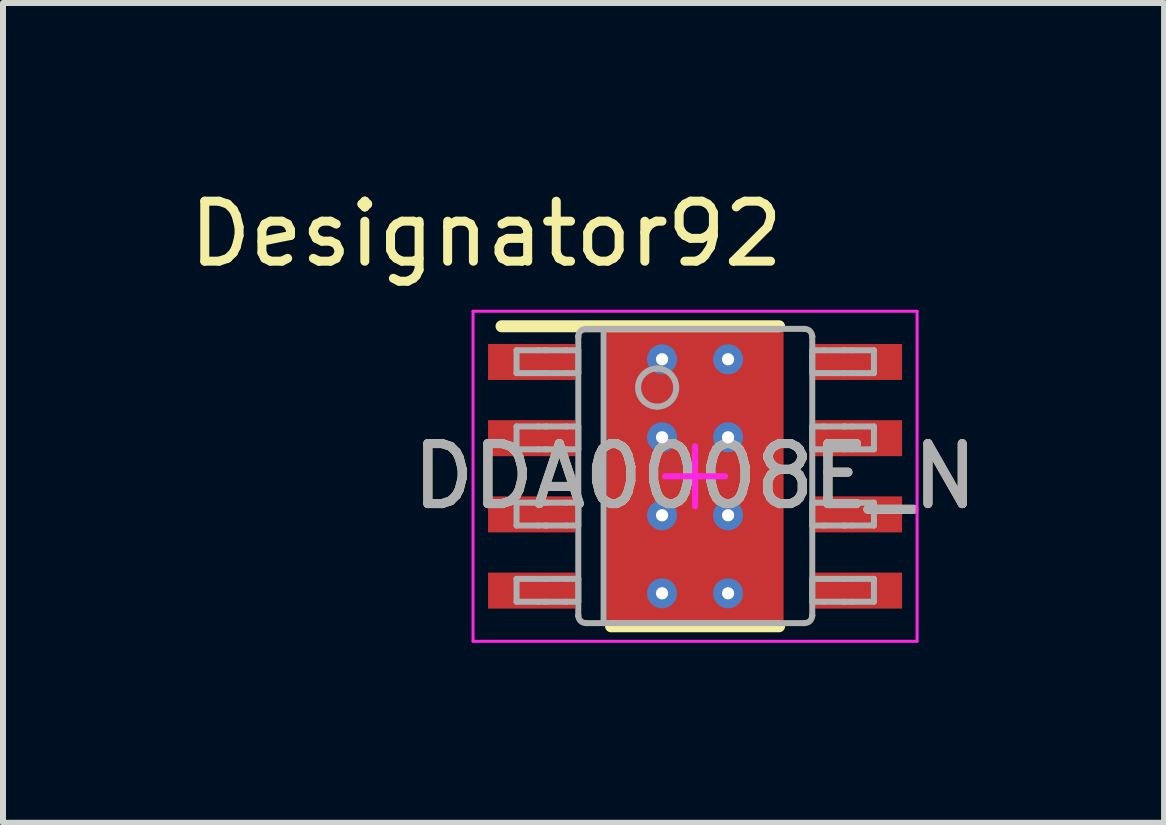
<source format=kicad_pcb>
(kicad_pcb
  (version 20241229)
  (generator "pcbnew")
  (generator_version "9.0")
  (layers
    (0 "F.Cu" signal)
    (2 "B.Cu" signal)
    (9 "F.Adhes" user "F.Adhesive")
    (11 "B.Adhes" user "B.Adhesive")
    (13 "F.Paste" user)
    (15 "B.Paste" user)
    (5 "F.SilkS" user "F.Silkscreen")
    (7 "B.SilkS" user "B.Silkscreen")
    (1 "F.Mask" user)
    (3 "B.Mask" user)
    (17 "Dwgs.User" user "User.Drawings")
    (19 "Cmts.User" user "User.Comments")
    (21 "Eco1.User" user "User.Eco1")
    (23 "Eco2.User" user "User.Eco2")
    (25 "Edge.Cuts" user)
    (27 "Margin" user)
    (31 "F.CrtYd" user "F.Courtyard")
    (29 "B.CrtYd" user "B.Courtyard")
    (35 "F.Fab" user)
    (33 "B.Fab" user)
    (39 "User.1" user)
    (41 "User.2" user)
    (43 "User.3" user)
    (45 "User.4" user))
  (footprint "DDA0008E_N"
    (layer "F.Cu")
    (at 8.533 4.887)
    (property "Reference" "DDA0008E_N" (at 0 0 0) (unlocked yes) (layer "F.SilkS") (effects (font (size 1 1) (thickness 0.15))))
    (attr smd)
    (fp_poly (pts (xy -1.2 1.502) (xy -1.2 -1.502) (xy -1.199 -1.511) (xy -1.196 -1.52) (xy -1.192 -1.529) (xy -1.186 -1.536) (xy -1.179 -1.542) (xy -1.17 -1.546) (xy -1.161 -1.549) (xy -1.152 -1.55) (xy 1.152 -1.55) (xy 1.161 -1.549) (xy 1.17 -1.546) (xy 1.179 -1.542) (xy 1.186 -1.536) (xy 1.192 -1.529) (xy 1.196 -1.52) (xy 1.199 -1.511) (xy 1.2 -1.502) (xy 1.2 1.502) (xy 1.199 1.511) (xy 1.196 1.52) (xy 1.192 1.529) (xy 1.186 1.536) (xy 1.179 1.542) (xy 1.17 1.546) (xy 1.161 1.549) (xy 1.152 1.55) (xy -1.152 1.55) (xy -1.161 1.549) (xy -1.17 1.546) (xy -1.179 1.542) (xy -1.186 1.536) (xy -1.192 1.529) (xy -1.196 1.52) (xy -1.199 1.511)) (stroke (width 0) (type solid)) (fill yes) (layer "F.Mask"))
    (fp_line (start -3.225 -2.5) (end 1.4 -2.5) (stroke (width 0.2) (type solid)) (layer "F.SilkS"))
    (fp_line (start -1.4 2.5) (end 1.4 2.5) (stroke (width 0.2) (type solid)) (layer "F.SilkS"))
    (fp_poly (pts (xy -1.2 1.502) (xy -1.2 -1.502) (xy -1.199 -1.511) (xy -1.196 -1.52) (xy -1.192 -1.529) (xy -1.186 -1.536) (xy -1.179 -1.542) (xy -1.17 -1.546) (xy -1.161 -1.549) (xy -1.152 -1.55) (xy 1.152 -1.55) (xy 1.161 -1.549) (xy 1.17 -1.546) (xy 1.179 -1.542) (xy 1.186 -1.536) (xy 1.192 -1.529) (xy 1.196 -1.52) (xy 1.199 -1.511) (xy 1.2 -1.502) (xy 1.2 1.502) (xy 1.199 1.511) (xy 1.196 1.52) (xy 1.192 1.529) (xy 1.186 1.536) (xy 1.179 1.542) (xy 1.17 1.546) (xy 1.161 1.549) (xy 1.152 1.55) (xy -1.152 1.55) (xy -1.161 1.549) (xy -1.17 1.546) (xy -1.179 1.542) (xy -1.186 1.536) (xy -1.192 1.529) (xy -1.196 1.52) (xy -1.199 1.511)) (stroke (width 0) (type solid)) (fill yes) (layer "F.Paste"))
    (fp_line (start -3.7 -2.75) (end 3.7 -2.75) (stroke (width 0.05) (type solid)) (layer "F.CrtYd"))
    (fp_line (start -3.7 2.75) (end -3.7 -2.75) (stroke (width 0.05) (type solid)) (layer "F.CrtYd"))
    (fp_line (start -3.7 2.75) (end 3.7 2.75) (stroke (width 0.05) (type solid)) (layer "F.CrtYd"))
    (fp_line (start -0.5 0) (end 0.5 0) (stroke (width 0.1) (type solid)) (layer "F.CrtYd"))
    (fp_line (start 0 0.5) (end 0 -0.5) (stroke (width 0.1) (type solid)) (layer "F.CrtYd"))
    (fp_line (start 3.7 2.75) (end 3.7 -2.75) (stroke (width 0.05) (type solid)) (layer "F.CrtYd"))
    (fp_line (start -2.975 -2.1) (end -2.614 -2.1) (stroke (width 0.1) (type solid)) (layer "F.Fab"))
    (fp_line (start -2.975 -1.719) (end -2.975 -2.1) (stroke (width 0.1) (type solid)) (layer "F.Fab"))
    (fp_line (start -2.975 -1.719) (end -2.614 -1.719) (stroke (width 0.1) (type solid)) (layer "F.Fab"))
    (fp_line (start -2.975 -0.83) (end -2.614 -0.83) (stroke (width 0.1) (type solid)) (layer "F.Fab"))
    (fp_line (start -2.975 -0.449) (end -2.975 -0.83) (stroke (width 0.1) (type solid)) (layer "F.Fab"))
    (fp_line (start -2.975 -0.449) (end -2.614 -0.449) (stroke (width 0.1) (type solid)) (layer "F.Fab"))
    (fp_line (start -2.975 0.44) (end -2.614 0.44) (stroke (width 0.1) (type solid)) (layer "F.Fab"))
    (fp_line (start -2.975 0.821) (end -2.975 0.44) (stroke (width 0.1) (type solid)) (layer "F.Fab"))
    (fp_line (start -2.975 0.821) (end -2.614 0.821) (stroke (width 0.1) (type solid)) (layer "F.Fab"))
    (fp_line (start -2.975 1.71) (end -2.614 1.71) (stroke (width 0.1) (type solid)) (layer "F.Fab"))
    (fp_line (start -2.975 2.091) (end -2.975 1.71) (stroke (width 0.1) (type solid)) (layer "F.Fab"))
    (fp_line (start -2.975 2.091) (end -2.614 2.091) (stroke (width 0.1) (type solid)) (layer "F.Fab"))
    (fp_line (start -2.614 -2.1) (end -2.497 -2.1) (stroke (width 0.1) (type solid)) (layer "F.Fab"))
    (fp_line (start -2.614 -1.719) (end -2.497 -1.719) (stroke (width 0.1) (type solid)) (layer "F.Fab"))
    (fp_line (start -2.614 -0.83) (end -2.497 -0.83) (stroke (width 0.1) (type solid)) (layer "F.Fab"))
    (fp_line (start -2.614 -0.449) (end -2.497 -0.449) (stroke (width 0.1) (type solid)) (layer "F.Fab"))
    (fp_line (start -2.614 0.44) (end -2.497 0.44) (stroke (width 0.1) (type solid)) (layer "F.Fab"))
    (fp_line (start -2.614 0.821) (end -2.497 0.821) (stroke (width 0.1) (type solid)) (layer "F.Fab"))
    (fp_line (start -2.614 1.71) (end -2.497 1.71) (stroke (width 0.1) (type solid)) (layer "F.Fab"))
    (fp_line (start -2.614 2.091) (end -2.497 2.091) (stroke (width 0.1) (type solid)) (layer "F.Fab"))
    (fp_line (start -2.497 -2.1) (end -2.473 -2.1) (stroke (width 0.1) (type solid)) (layer "F.Fab"))
    (fp_line (start -2.497 -1.719) (end -2.473 -1.719) (stroke (width 0.1) (type solid)) (layer "F.Fab"))
    (fp_line (start -2.497 -0.83) (end -2.473 -0.83) (stroke (width 0.1) (type solid)) (layer "F.Fab"))
    (fp_line (start -2.497 -0.449) (end -2.473 -0.449) (stroke (width 0.1) (type solid)) (layer "F.Fab"))
    (fp_line (start -2.497 0.44) (end -2.473 0.44) (stroke (width 0.1) (type solid)) (layer "F.Fab"))
    (fp_line (start -2.497 0.821) (end -2.473 0.821) (stroke (width 0.1) (type solid)) (layer "F.Fab"))
    (fp_line (start -2.497 1.71) (end -2.473 1.71) (stroke (width 0.1) (type solid)) (layer "F.Fab"))
    (fp_line (start -2.497 2.091) (end -2.473 2.091) (stroke (width 0.1) (type solid)) (layer "F.Fab"))
    (fp_line (start -2.473 -2.1) (end -2.144 -2.1) (stroke (width 0.1) (type solid)) (layer "F.Fab"))
    (fp_line (start -2.473 -1.719) (end -2.144 -1.719) (stroke (width 0.1) (type solid)) (layer "F.Fab"))
    (fp_line (start -2.473 -0.83) (end -2.144 -0.83) (stroke (width 0.1) (type solid)) (layer "F.Fab"))
    (fp_line (start -2.473 -0.449) (end -2.144 -0.449) (stroke (width 0.1) (type solid)) (layer "F.Fab"))
    (fp_line (start -2.473 0.44) (end -2.144 0.44) (stroke (width 0.1) (type solid)) (layer "F.Fab"))
    (fp_line (start -2.473 0.821) (end -2.144 0.821) (stroke (width 0.1) (type solid)) (layer "F.Fab"))
    (fp_line (start -2.473 1.71) (end -2.144 1.71) (stroke (width 0.1) (type solid)) (layer "F.Fab"))
    (fp_line (start -2.473 2.091) (end -2.144 2.091) (stroke (width 0.1) (type solid)) (layer "F.Fab"))
    (fp_line (start -2.144 -2.1) (end -1.946 -2.1) (stroke (width 0.1) (type solid)) (layer "F.Fab"))
    (fp_line (start -2.144 -1.719) (end -1.946 -1.719) (stroke (width 0.1) (type solid)) (layer "F.Fab"))
    (fp_line (start -2.144 -0.83) (end -1.946 -0.83) (stroke (width 0.1) (type solid)) (layer "F.Fab"))
    (fp_line (start -2.144 -0.449) (end -1.946 -0.449) (stroke (width 0.1) (type solid)) (layer "F.Fab"))
    (fp_line (start -2.144 0.44) (end -1.946 0.44) (stroke (width 0.1) (type solid)) (layer "F.Fab"))
    (fp_line (start -2.144 0.821) (end -1.946 0.821) (stroke (width 0.1) (type solid)) (layer "F.Fab"))
    (fp_line (start -2.144 1.71) (end -1.946 1.71) (stroke (width 0.1) (type solid)) (layer "F.Fab"))
    (fp_line (start -2.144 2.091) (end -1.946 2.091) (stroke (width 0.1) (type solid)) (layer "F.Fab"))
    (fp_line (start -1.946 -2.329) (end -1.946 -2.33) (stroke (width 0.1) (type solid)) (layer "F.Fab"))
    (fp_line (start -1.946 -1.719) (end -1.946 -2.1) (stroke (width 0.1) (type solid)) (layer "F.Fab"))
    (fp_line (start -1.946 -0.449) (end -1.946 -0.83) (stroke (width 0.1) (type solid)) (layer "F.Fab"))
    (fp_line (start -1.946 0.821) (end -1.946 0.44) (stroke (width 0.1) (type solid)) (layer "F.Fab"))
    (fp_line (start -1.946 2.091) (end -1.946 1.71) (stroke (width 0.1) (type solid)) (layer "F.Fab"))
    (fp_line (start -1.946 2.32) (end -1.946 -2.329) (stroke (width 0.1) (type solid)) (layer "F.Fab"))
    (fp_line (start -1.946 2.32) (end -1.946 2.321) (stroke (width 0.1) (type solid)) (layer "F.Fab"))
    (fp_line (start -1.82 -2.456) (end -1.819 -2.456) (stroke (width 0.1) (type solid)) (layer "F.Fab"))
    (fp_line (start -1.82 2.447) (end -1.819 2.447) (stroke (width 0.1) (type solid)) (layer "F.Fab"))
    (fp_line (start -1.819 -2.456) (end 1.826 -2.456) (stroke (width 0.1) (type solid)) (layer "F.Fab"))
    (fp_line (start -1.819 2.447) (end 1.826 2.447) (stroke (width 0.1) (type solid)) (layer "F.Fab"))
    (fp_line (start -1.524 2.447) (end -1.524 -2.456) (stroke (width 0.1) (type solid)) (layer "F.Fab"))
    (fp_line (start 1.826 -2.456) (end 1.827 -2.456) (stroke (width 0.1) (type solid)) (layer "F.Fab"))
    (fp_line (start 1.826 2.447) (end 1.827 2.447) (stroke (width 0.1) (type solid)) (layer "F.Fab"))
    (fp_line (start 1.953 -2.329) (end 1.953 -2.33) (stroke (width 0.1) (type solid)) (layer "F.Fab"))
    (fp_line (start 1.953 -2.1) (end 2.15 -2.1) (stroke (width 0.1) (type solid)) (layer "F.Fab"))
    (fp_line (start 1.953 -1.719) (end 1.953 -2.1) (stroke (width 0.1) (type solid)) (layer "F.Fab"))
    (fp_line (start 1.953 -1.719) (end 2.15 -1.719) (stroke (width 0.1) (type solid)) (layer "F.Fab"))
    (fp_line (start 1.953 -0.83) (end 2.15 -0.83) (stroke (width 0.1) (type solid)) (layer "F.Fab"))
    (fp_line (start 1.953 -0.449) (end 1.953 -0.83) (stroke (width 0.1) (type solid)) (layer "F.Fab"))
    (fp_line (start 1.953 -0.449) (end 2.15 -0.449) (stroke (width 0.1) (type solid)) (layer "F.Fab"))
    (fp_line (start 1.953 0.44) (end 2.15 0.44) (stroke (width 0.1) (type solid)) (layer "F.Fab"))
    (fp_line (start 1.953 0.821) (end 1.953 0.44) (stroke (width 0.1) (type solid)) (layer "F.Fab"))
    (fp_line (start 1.953 0.821) (end 2.15 0.821) (stroke (width 0.1) (type solid)) (layer "F.Fab"))
    (fp_line (start 1.953 1.71) (end 2.15 1.71) (stroke (width 0.1) (type solid)) (layer "F.Fab"))
    (fp_line (start 1.953 2.091) (end 1.953 1.71) (stroke (width 0.1) (type solid)) (layer "F.Fab"))
    (fp_line (start 1.953 2.091) (end 2.15 2.091) (stroke (width 0.1) (type solid)) (layer "F.Fab"))
    (fp_line (start 1.953 2.32) (end 1.953 -2.329) (stroke (width 0.1) (type solid)) (layer "F.Fab"))
    (fp_line (start 1.953 2.321) (end 1.953 2.32) (stroke (width 0.1) (type solid)) (layer "F.Fab"))
    (fp_line (start 2.15 -2.1) (end 2.479 -2.1) (stroke (width 0.1) (type solid)) (layer "F.Fab"))
    (fp_line (start 2.15 -1.719) (end 2.479 -1.719) (stroke (width 0.1) (type solid)) (layer "F.Fab"))
    (fp_line (start 2.15 -0.83) (end 2.479 -0.83) (stroke (width 0.1) (type solid)) (layer "F.Fab"))
    (fp_line (start 2.15 -0.449) (end 2.479 -0.449) (stroke (width 0.1) (type solid)) (layer "F.Fab"))
    (fp_line (start 2.15 0.44) (end 2.479 0.44) (stroke (width 0.1) (type solid)) (layer "F.Fab"))
    (fp_line (start 2.15 0.821) (end 2.479 0.821) (stroke (width 0.1) (type solid)) (layer "F.Fab"))
    (fp_line (start 2.15 1.71) (end 2.479 1.71) (stroke (width 0.1) (type solid)) (layer "F.Fab"))
    (fp_line (start 2.15 2.091) (end 2.479 2.091) (stroke (width 0.1) (type solid)) (layer "F.Fab"))
    (fp_line (start 2.479 -2.1) (end 2.503 -2.1) (stroke (width 0.1) (type solid)) (layer "F.Fab"))
    (fp_line (start 2.479 -1.719) (end 2.503 -1.719) (stroke (width 0.1) (type solid)) (layer "F.Fab"))
    (fp_line (start 2.479 -0.83) (end 2.503 -0.83) (stroke (width 0.1) (type solid)) (layer "F.Fab"))
    (fp_line (start 2.479 -0.449) (end 2.503 -0.449) (stroke (width 0.1) (type solid)) (layer "F.Fab"))
    (fp_line (start 2.479 0.44) (end 2.503 0.44) (stroke (width 0.1) (type solid)) (layer "F.Fab"))
    (fp_line (start 2.479 0.821) (end 2.503 0.821) (stroke (width 0.1) (type solid)) (layer "F.Fab"))
    (fp_line (start 2.479 1.71) (end 2.503 1.71) (stroke (width 0.1) (type solid)) (layer "F.Fab"))
    (fp_line (start 2.479 2.091) (end 2.503 2.091) (stroke (width 0.1) (type solid)) (layer "F.Fab"))
    (fp_line (start 2.503 -2.1) (end 2.621 -2.1) (stroke (width 0.1) (type solid)) (layer "F.Fab"))
    (fp_line (start 2.503 -1.719) (end 2.621 -1.719) (stroke (width 0.1) (type solid)) (layer "F.Fab"))
    (fp_line (start 2.503 -0.83) (end 2.621 -0.83) (stroke (width 0.1) (type solid)) (layer "F.Fab"))
    (fp_line (start 2.503 -0.449) (end 2.621 -0.449) (stroke (width 0.1) (type solid)) (layer "F.Fab"))
    (fp_line (start 2.503 0.44) (end 2.621 0.44) (stroke (width 0.1) (type solid)) (layer "F.Fab"))
    (fp_line (start 2.503 0.821) (end 2.621 0.821) (stroke (width 0.1) (type solid)) (layer "F.Fab"))
    (fp_line (start 2.503 1.71) (end 2.621 1.71) (stroke (width 0.1) (type solid)) (layer "F.Fab"))
    (fp_line (start 2.503 2.091) (end 2.621 2.091) (stroke (width 0.1) (type solid)) (layer "F.Fab"))
    (fp_line (start 2.621 -2.1) (end 2.981 -2.1) (stroke (width 0.1) (type solid)) (layer "F.Fab"))
    (fp_line (start 2.621 -1.719) (end 2.981 -1.719) (stroke (width 0.1) (type solid)) (layer "F.Fab"))
    (fp_line (start 2.621 -0.83) (end 2.981 -0.83) (stroke (width 0.1) (type solid)) (layer "F.Fab"))
    (fp_line (start 2.621 -0.449) (end 2.981 -0.449) (stroke (width 0.1) (type solid)) (layer "F.Fab"))
    (fp_line (start 2.621 0.44) (end 2.981 0.44) (stroke (width 0.1) (type solid)) (layer "F.Fab"))
    (fp_line (start 2.621 0.821) (end 2.981 0.821) (stroke (width 0.1) (type solid)) (layer "F.Fab"))
    (fp_line (start 2.621 1.71) (end 2.981 1.71) (stroke (width 0.1) (type solid)) (layer "F.Fab"))
    (fp_line (start 2.621 2.091) (end 2.981 2.091) (stroke (width 0.1) (type solid)) (layer "F.Fab"))
    (fp_line (start 2.981 -1.719) (end 2.981 -2.1) (stroke (width 0.1) (type solid)) (layer "F.Fab"))
    (fp_line (start 2.981 -0.449) (end 2.981 -0.83) (stroke (width 0.1) (type solid)) (layer "F.Fab"))
    (fp_line (start 2.981 0.821) (end 2.981 0.44) (stroke (width 0.1) (type solid)) (layer "F.Fab"))
    (fp_line (start 2.981 2.091) (end 2.981 1.71) (stroke (width 0.1) (type solid)) (layer "F.Fab"))
    (fp_arc (start -1.946277 -2.329541) (mid -1.909093 -2.418401) (end -1.820241 -2.455602) (stroke (width 0.1) (type solid)) (layer "F.Fab"))
    (fp_arc (start -1.820241 2.446601) (mid -1.909093 2.409399) (end -1.946277 2.32054) (stroke (width 0.1) (type solid)) (layer "F.Fab"))
    (fp_arc (start -0.63185 -1.795201) (mid -0.31435 -1.477701) (end -0.63185 -1.160201) (stroke (width 0.1) (type solid)) (layer "F.Fab"))
    (fp_arc (start -0.63185 -1.160201) (mid -0.94935 -1.477701) (end -0.63185 -1.795201) (stroke (width 0.1) (type solid)) (layer "F.Fab"))
    (fp_arc (start 1.826566 -2.455602) (mid 1.915418 -2.418401) (end 1.952601 -2.329541) (stroke (width 0.1) (type solid)) (layer "F.Fab"))
    (fp_arc (start 1.952601 2.32054) (mid 1.915418 2.409399) (end 1.826566 2.446601) (stroke (width 0.1) (type solid)) (layer "F.Fab"))
    (fp_text user "Designator92" (at -3.48 -4.039 0) (unlocked yes) (layer "F.SilkS") (effects (font (size 1 1) (thickness 0.15))))
    (fp_text user "${REFERENCE}" (at 0 0 0) (unlocked yes) (layer "F.Fab") (effects (font (size 1 1) (thickness 0.15))))
    (pad "1" smd rect (at -2.725 -1.905 90) (size 0.6 1.45) (layers "F.Cu" "F.Mask" "F.Paste"))
    (pad "2" smd rect (at -2.725 -0.635 90) (size 0.6 1.45) (layers "F.Cu" "F.Mask" "F.Paste"))
    (pad "3" smd rect (at -2.725 0.635 90) (size 0.6 1.45) (layers "F.Cu" "F.Mask" "F.Paste"))
    (pad "4" smd rect (at -2.725 1.905 90) (size 0.6 1.45) (layers "F.Cu" "F.Mask" "F.Paste"))
    (pad "5" smd rect (at 2.725 1.905 90) (size 0.6 1.45) (layers "F.Cu" "F.Mask" "F.Paste"))
    (pad "6" smd rect (at 2.725 0.635 90) (size 0.6 1.45) (layers "F.Cu" "F.Mask" "F.Paste"))
    (pad "7" smd rect (at 2.725 -0.635 90) (size 0.6 1.45) (layers "F.Cu" "F.Mask" "F.Paste"))
    (pad "8" smd rect (at 2.725 -1.905 90) (size 0.6 1.45) (layers "F.Cu" "F.Mask" "F.Paste"))
    (pad "9" smd rect (at 0 0) (size 2.95 4.9) (layers "F.Cu"))
    (pad "V" thru_hole circle (at -0.55 -1.95) (size 0.5 0.5) (drill 0.203) (layers "*.Cu" "*.Mask"))
    (pad "V" thru_hole circle (at -0.55 -0.65) (size 0.5 0.5) (drill 0.203) (layers "*.Cu" "*.Mask"))
    (pad "V" thru_hole circle (at -0.55 0.65) (size 0.5 0.5) (drill 0.203) (layers "*.Cu" "*.Mask"))
    (pad "V" thru_hole circle (at -0.55 1.95) (size 0.5 0.5) (drill 0.203) (layers "*.Cu" "*.Mask"))
    (pad "V" thru_hole circle (at 0.55 -1.95) (size 0.5 0.5) (drill 0.203) (layers "*.Cu" "*.Mask"))
    (pad "V" thru_hole circle (at 0.55 -0.65) (size 0.5 0.5) (drill 0.203) (layers "*.Cu" "*.Mask"))
    (pad "V" thru_hole circle (at 0.55 0.65) (size 0.5 0.5) (drill 0.203) (layers "*.Cu" "*.Mask"))
    (pad "V" thru_hole circle (at 0.55 1.95) (size 0.5 0.5) (drill 0.203) (layers "*.Cu" "*.Mask")))
  (gr_rect
    (start -3 -3)
    (end 16.349 10.662)
    (stroke (width 0.1) (type default))
    (fill no)
    (layer "Edge.Cuts")))
</source>
